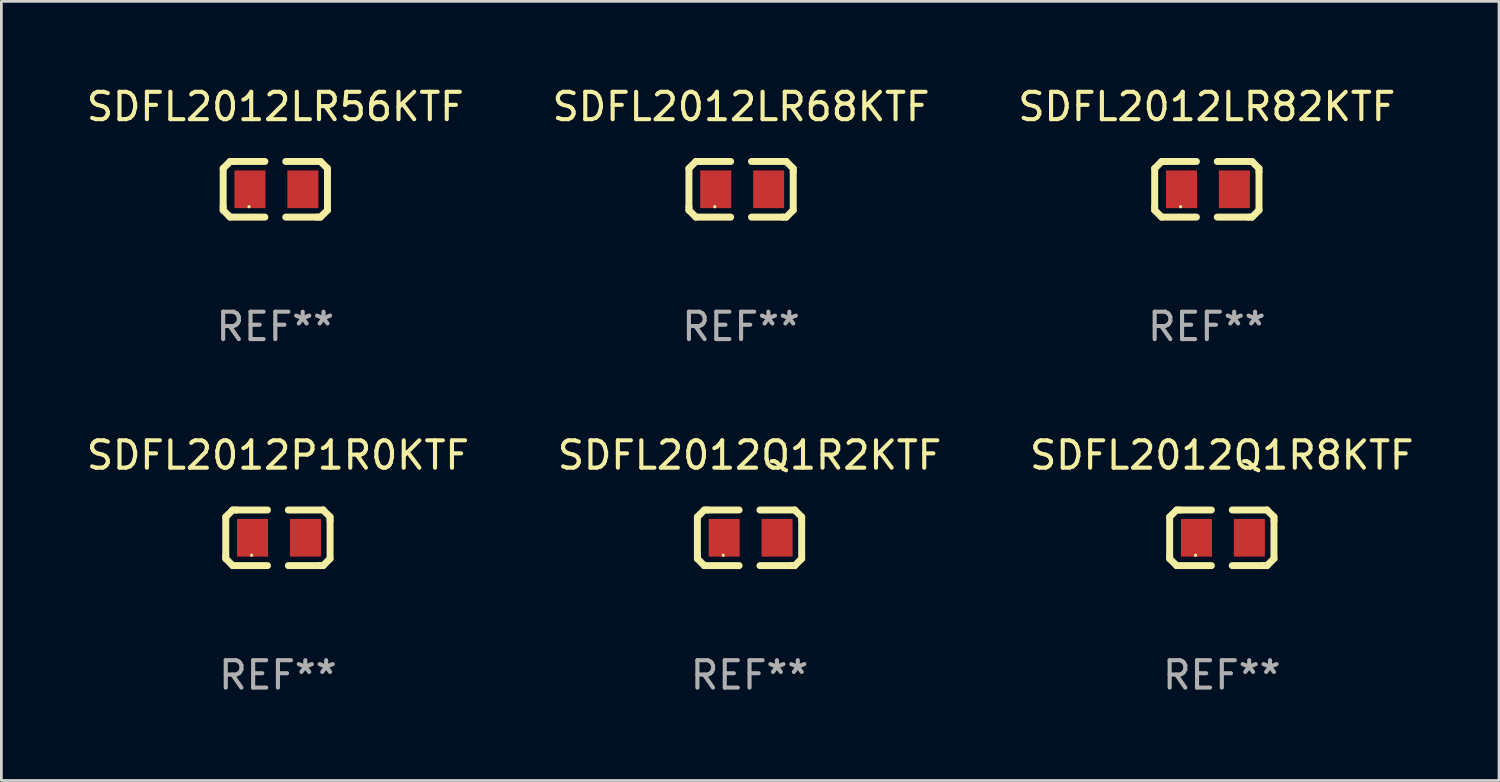
<source format=kicad_pcb>
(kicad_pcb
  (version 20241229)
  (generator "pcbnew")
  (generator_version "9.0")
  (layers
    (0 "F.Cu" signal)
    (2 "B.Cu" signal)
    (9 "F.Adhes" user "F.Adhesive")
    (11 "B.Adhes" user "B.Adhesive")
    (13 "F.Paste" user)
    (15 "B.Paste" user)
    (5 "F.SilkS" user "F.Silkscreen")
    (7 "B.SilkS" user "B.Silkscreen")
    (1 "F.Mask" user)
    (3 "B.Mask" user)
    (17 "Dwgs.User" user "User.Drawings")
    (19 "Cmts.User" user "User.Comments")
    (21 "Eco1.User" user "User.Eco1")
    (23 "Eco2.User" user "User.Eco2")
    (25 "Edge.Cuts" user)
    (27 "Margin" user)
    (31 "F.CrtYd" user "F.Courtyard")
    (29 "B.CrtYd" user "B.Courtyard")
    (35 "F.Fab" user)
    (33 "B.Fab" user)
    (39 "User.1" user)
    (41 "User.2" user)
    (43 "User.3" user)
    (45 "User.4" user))
  (footprint "SDFL2012LR82KTF"
    (layer "F.Cu")
    (at 41.03 3.864)
    (property "Reference" "SDFL2012LR82KTF" (at 0 -3.016 0) (layer "F.SilkS") (effects (font (size 1 1) (thickness 0.15))))
    (attr through_hole)
    (fp_line (start -1.905 -0.762) (end -1.905 0.635) (stroke (width 0.254) (type solid)) (layer "F.SilkS"))
    (fp_line (start -1.905 0.635) (end -1.905 0.762) (stroke (width 0.254) (type solid)) (layer "F.SilkS"))
    (fp_line (start -1.905 0.762) (end -1.651 1.016) (stroke (width 0.254) (type solid)) (layer "F.SilkS"))
    (fp_line (start -1.651 -1.016) (end -1.905 -0.762) (stroke (width 0.254) (type solid)) (layer "F.SilkS"))
    (fp_line (start -1.651 1.016) (end -0.381 1.016) (stroke (width 0.254) (type solid)) (layer "F.SilkS"))
    (fp_line (start -1.524 -1.016) (end -1.651 -1.016) (stroke (width 0.254) (type solid)) (layer "F.SilkS"))
    (fp_line (start -0.381 -1.016) (end -1.524 -1.016) (stroke (width 0.254) (type solid)) (layer "F.SilkS"))
    (fp_line (start 0.381 1.016) (end 1.524 1.016) (stroke (width 0.254) (type solid)) (layer "F.SilkS"))
    (fp_line (start 1.524 1.016) (end 1.651 1.016) (stroke (width 0.254) (type solid)) (layer "F.SilkS"))
    (fp_line (start 1.651 -1.016) (end 0.381 -1.016) (stroke (width 0.254) (type solid)) (layer "F.SilkS"))
    (fp_line (start 1.651 1.016) (end 1.905 0.762) (stroke (width 0.254) (type solid)) (layer "F.SilkS"))
    (fp_line (start 1.905 -0.762) (end 1.651 -1.016) (stroke (width 0.254) (type solid)) (layer "F.SilkS"))
    (fp_line (start 1.905 -0.635) (end 1.905 -0.762) (stroke (width 0.254) (type solid)) (layer "F.SilkS"))
    (fp_line (start 1.905 0.762) (end 1.905 -0.635) (stroke (width 0.254) (type solid)) (layer "F.SilkS"))
    (fp_circle (center -0.96 0.637) (end -0.93 0.637) (stroke (width 0.06) (type solid)) (fill no) (layer "F.SilkS"))
    (fp_text user "REF**" (at 0 5.016 0) (layer "F.Fab") (effects (font (size 1 1) (thickness 0.15))))
    (pad "1" smd rect (at -0.926 -0.000051) (size 1.133 1.377) (layers "F.Cu" "F.Mask" "F.Paste"))
    (pad "2" smd rect (at 1.006 -0.000051) (size 1.133 1.377) (layers "F.Cu" "F.Mask" "F.Paste")))
  (footprint "SDFL2012P1R0KTF"
    (layer "F.Cu")
    (at 7.101 16.593)
    (property "Reference" "SDFL2012P1R0KTF" (at 0 -3.016 0) (layer "F.SilkS") (effects (font (size 1 1) (thickness 0.15))))
    (attr through_hole)
    (fp_line (start -1.905 -0.762) (end -1.905 0.635) (stroke (width 0.254) (type solid)) (layer "F.SilkS"))
    (fp_line (start -1.905 0.635) (end -1.905 0.762) (stroke (width 0.254) (type solid)) (layer "F.SilkS"))
    (fp_line (start -1.905 0.762) (end -1.651 1.016) (stroke (width 0.254) (type solid)) (layer "F.SilkS"))
    (fp_line (start -1.651 -1.016) (end -1.905 -0.762) (stroke (width 0.254) (type solid)) (layer "F.SilkS"))
    (fp_line (start -1.651 1.016) (end -0.381 1.016) (stroke (width 0.254) (type solid)) (layer "F.SilkS"))
    (fp_line (start -1.524 -1.016) (end -1.651 -1.016) (stroke (width 0.254) (type solid)) (layer "F.SilkS"))
    (fp_line (start -0.381 -1.016) (end -1.524 -1.016) (stroke (width 0.254) (type solid)) (layer "F.SilkS"))
    (fp_line (start 0.381 1.016) (end 1.524 1.016) (stroke (width 0.254) (type solid)) (layer "F.SilkS"))
    (fp_line (start 1.524 1.016) (end 1.651 1.016) (stroke (width 0.254) (type solid)) (layer "F.SilkS"))
    (fp_line (start 1.651 -1.016) (end 0.381 -1.016) (stroke (width 0.254) (type solid)) (layer "F.SilkS"))
    (fp_line (start 1.651 1.016) (end 1.905 0.762) (stroke (width 0.254) (type solid)) (layer "F.SilkS"))
    (fp_line (start 1.905 -0.762) (end 1.651 -1.016) (stroke (width 0.254) (type solid)) (layer "F.SilkS"))
    (fp_line (start 1.905 -0.635) (end 1.905 -0.762) (stroke (width 0.254) (type solid)) (layer "F.SilkS"))
    (fp_line (start 1.905 0.762) (end 1.905 -0.635) (stroke (width 0.254) (type solid)) (layer "F.SilkS"))
    (fp_circle (center -0.96 0.637) (end -0.93 0.637) (stroke (width 0.06) (type solid)) (fill no) (layer "F.SilkS"))
    (fp_text user "REF**" (at 0 5.016 0) (layer "F.Fab") (effects (font (size 1 1) (thickness 0.15))))
    (pad "1" smd rect (at -0.926 -0.000051) (size 1.133 1.377) (layers "F.Cu" "F.Mask" "F.Paste"))
    (pad "2" smd rect (at 1.006 -0.000051) (size 1.133 1.377) (layers "F.Cu" "F.Mask" "F.Paste")))
  (footprint "SDFL2012LR68KTF"
    (layer "F.Cu")
    (at 24.018 3.864)
    (property "Reference" "SDFL2012LR68KTF" (at 0 -3.016 0) (layer "F.SilkS") (effects (font (size 1 1) (thickness 0.15))))
    (attr through_hole)
    (fp_line (start -1.905 -0.762) (end -1.905 0.635) (stroke (width 0.254) (type solid)) (layer "F.SilkS"))
    (fp_line (start -1.905 0.635) (end -1.905 0.762) (stroke (width 0.254) (type solid)) (layer "F.SilkS"))
    (fp_line (start -1.905 0.762) (end -1.651 1.016) (stroke (width 0.254) (type solid)) (layer "F.SilkS"))
    (fp_line (start -1.651 -1.016) (end -1.905 -0.762) (stroke (width 0.254) (type solid)) (layer "F.SilkS"))
    (fp_line (start -1.651 1.016) (end -0.381 1.016) (stroke (width 0.254) (type solid)) (layer "F.SilkS"))
    (fp_line (start -1.524 -1.016) (end -1.651 -1.016) (stroke (width 0.254) (type solid)) (layer "F.SilkS"))
    (fp_line (start -0.381 -1.016) (end -1.524 -1.016) (stroke (width 0.254) (type solid)) (layer "F.SilkS"))
    (fp_line (start 0.381 1.016) (end 1.524 1.016) (stroke (width 0.254) (type solid)) (layer "F.SilkS"))
    (fp_line (start 1.524 1.016) (end 1.651 1.016) (stroke (width 0.254) (type solid)) (layer "F.SilkS"))
    (fp_line (start 1.651 -1.016) (end 0.381 -1.016) (stroke (width 0.254) (type solid)) (layer "F.SilkS"))
    (fp_line (start 1.651 1.016) (end 1.905 0.762) (stroke (width 0.254) (type solid)) (layer "F.SilkS"))
    (fp_line (start 1.905 -0.762) (end 1.651 -1.016) (stroke (width 0.254) (type solid)) (layer "F.SilkS"))
    (fp_line (start 1.905 -0.635) (end 1.905 -0.762) (stroke (width 0.254) (type solid)) (layer "F.SilkS"))
    (fp_line (start 1.905 0.762) (end 1.905 -0.635) (stroke (width 0.254) (type solid)) (layer "F.SilkS"))
    (fp_circle (center -0.96 0.637) (end -0.93 0.637) (stroke (width 0.06) (type solid)) (fill no) (layer "F.SilkS"))
    (fp_text user "REF**" (at 0 5.016 0) (layer "F.Fab") (effects (font (size 1 1) (thickness 0.15))))
    (pad "1" smd rect (at -0.926 -0.000051) (size 1.133 1.377) (layers "F.Cu" "F.Mask" "F.Paste"))
    (pad "2" smd rect (at 1.006 -0.000051) (size 1.133 1.377) (layers "F.Cu" "F.Mask" "F.Paste")))
  (footprint "SDFL2012Q1R8KTF"
    (layer "F.Cu")
    (at 41.577 16.593)
    (property "Reference" "SDFL2012Q1R8KTF" (at 0 -3.016 0) (layer "F.SilkS") (effects (font (size 1 1) (thickness 0.15))))
    (attr through_hole)
    (fp_line (start -1.905 -0.762) (end -1.905 0.635) (stroke (width 0.254) (type solid)) (layer "F.SilkS"))
    (fp_line (start -1.905 0.635) (end -1.905 0.762) (stroke (width 0.254) (type solid)) (layer "F.SilkS"))
    (fp_line (start -1.905 0.762) (end -1.651 1.016) (stroke (width 0.254) (type solid)) (layer "F.SilkS"))
    (fp_line (start -1.651 -1.016) (end -1.905 -0.762) (stroke (width 0.254) (type solid)) (layer "F.SilkS"))
    (fp_line (start -1.651 1.016) (end -0.381 1.016) (stroke (width 0.254) (type solid)) (layer "F.SilkS"))
    (fp_line (start -1.524 -1.016) (end -1.651 -1.016) (stroke (width 0.254) (type solid)) (layer "F.SilkS"))
    (fp_line (start -0.381 -1.016) (end -1.524 -1.016) (stroke (width 0.254) (type solid)) (layer "F.SilkS"))
    (fp_line (start 0.381 1.016) (end 1.524 1.016) (stroke (width 0.254) (type solid)) (layer "F.SilkS"))
    (fp_line (start 1.524 1.016) (end 1.651 1.016) (stroke (width 0.254) (type solid)) (layer "F.SilkS"))
    (fp_line (start 1.651 -1.016) (end 0.381 -1.016) (stroke (width 0.254) (type solid)) (layer "F.SilkS"))
    (fp_line (start 1.651 1.016) (end 1.905 0.762) (stroke (width 0.254) (type solid)) (layer "F.SilkS"))
    (fp_line (start 1.905 -0.762) (end 1.651 -1.016) (stroke (width 0.254) (type solid)) (layer "F.SilkS"))
    (fp_line (start 1.905 -0.635) (end 1.905 -0.762) (stroke (width 0.254) (type solid)) (layer "F.SilkS"))
    (fp_line (start 1.905 0.762) (end 1.905 -0.635) (stroke (width 0.254) (type solid)) (layer "F.SilkS"))
    (fp_circle (center -0.96 0.637) (end -0.93 0.637) (stroke (width 0.06) (type solid)) (fill no) (layer "F.SilkS"))
    (fp_text user "REF**" (at 0 5.016 0) (layer "F.Fab") (effects (font (size 1 1) (thickness 0.15))))
    (pad "1" smd rect (at -0.926 -0.000051) (size 1.133 1.377) (layers "F.Cu" "F.Mask" "F.Paste"))
    (pad "2" smd rect (at 1.006 -0.000051) (size 1.133 1.377) (layers "F.Cu" "F.Mask" "F.Paste")))
  (footprint "SDFL2012Q1R2KTF"
    (layer "F.Cu")
    (at 24.327 16.593)
    (property "Reference" "SDFL2012Q1R2KTF" (at 0 -3.016 0) (layer "F.SilkS") (effects (font (size 1 1) (thickness 0.15))))
    (attr through_hole)
    (fp_line (start -1.905 -0.762) (end -1.905 0.635) (stroke (width 0.254) (type solid)) (layer "F.SilkS"))
    (fp_line (start -1.905 0.635) (end -1.905 0.762) (stroke (width 0.254) (type solid)) (layer "F.SilkS"))
    (fp_line (start -1.905 0.762) (end -1.651 1.016) (stroke (width 0.254) (type solid)) (layer "F.SilkS"))
    (fp_line (start -1.651 -1.016) (end -1.905 -0.762) (stroke (width 0.254) (type solid)) (layer "F.SilkS"))
    (fp_line (start -1.651 1.016) (end -0.381 1.016) (stroke (width 0.254) (type solid)) (layer "F.SilkS"))
    (fp_line (start -1.524 -1.016) (end -1.651 -1.016) (stroke (width 0.254) (type solid)) (layer "F.SilkS"))
    (fp_line (start -0.381 -1.016) (end -1.524 -1.016) (stroke (width 0.254) (type solid)) (layer "F.SilkS"))
    (fp_line (start 0.381 1.016) (end 1.524 1.016) (stroke (width 0.254) (type solid)) (layer "F.SilkS"))
    (fp_line (start 1.524 1.016) (end 1.651 1.016) (stroke (width 0.254) (type solid)) (layer "F.SilkS"))
    (fp_line (start 1.651 -1.016) (end 0.381 -1.016) (stroke (width 0.254) (type solid)) (layer "F.SilkS"))
    (fp_line (start 1.651 1.016) (end 1.905 0.762) (stroke (width 0.254) (type solid)) (layer "F.SilkS"))
    (fp_line (start 1.905 -0.762) (end 1.651 -1.016) (stroke (width 0.254) (type solid)) (layer "F.SilkS"))
    (fp_line (start 1.905 -0.635) (end 1.905 -0.762) (stroke (width 0.254) (type solid)) (layer "F.SilkS"))
    (fp_line (start 1.905 0.762) (end 1.905 -0.635) (stroke (width 0.254) (type solid)) (layer "F.SilkS"))
    (fp_circle (center -0.96 0.637) (end -0.93 0.637) (stroke (width 0.06) (type solid)) (fill no) (layer "F.SilkS"))
    (fp_text user "REF**" (at 0 5.016 0) (layer "F.Fab") (effects (font (size 1 1) (thickness 0.15))))
    (pad "1" smd rect (at -0.926 -0.000051) (size 1.133 1.377) (layers "F.Cu" "F.Mask" "F.Paste"))
    (pad "2" smd rect (at 1.006 -0.000051) (size 1.133 1.377) (layers "F.Cu" "F.Mask" "F.Paste")))
  (footprint "SDFL2012LR56KTF"
    (layer "F.Cu")
    (at 7.006 3.864)
    (property "Reference" "SDFL2012LR56KTF" (at 0 -3.016 0) (layer "F.SilkS") (effects (font (size 1 1) (thickness 0.15))))
    (attr through_hole)
    (fp_line (start -1.905 -0.762) (end -1.905 0.635) (stroke (width 0.254) (type solid)) (layer "F.SilkS"))
    (fp_line (start -1.905 0.635) (end -1.905 0.762) (stroke (width 0.254) (type solid)) (layer "F.SilkS"))
    (fp_line (start -1.905 0.762) (end -1.651 1.016) (stroke (width 0.254) (type solid)) (layer "F.SilkS"))
    (fp_line (start -1.651 -1.016) (end -1.905 -0.762) (stroke (width 0.254) (type solid)) (layer "F.SilkS"))
    (fp_line (start -1.651 1.016) (end -0.381 1.016) (stroke (width 0.254) (type solid)) (layer "F.SilkS"))
    (fp_line (start -1.524 -1.016) (end -1.651 -1.016) (stroke (width 0.254) (type solid)) (layer "F.SilkS"))
    (fp_line (start -0.381 -1.016) (end -1.524 -1.016) (stroke (width 0.254) (type solid)) (layer "F.SilkS"))
    (fp_line (start 0.381 1.016) (end 1.524 1.016) (stroke (width 0.254) (type solid)) (layer "F.SilkS"))
    (fp_line (start 1.524 1.016) (end 1.651 1.016) (stroke (width 0.254) (type solid)) (layer "F.SilkS"))
    (fp_line (start 1.651 -1.016) (end 0.381 -1.016) (stroke (width 0.254) (type solid)) (layer "F.SilkS"))
    (fp_line (start 1.651 1.016) (end 1.905 0.762) (stroke (width 0.254) (type solid)) (layer "F.SilkS"))
    (fp_line (start 1.905 -0.762) (end 1.651 -1.016) (stroke (width 0.254) (type solid)) (layer "F.SilkS"))
    (fp_line (start 1.905 -0.635) (end 1.905 -0.762) (stroke (width 0.254) (type solid)) (layer "F.SilkS"))
    (fp_line (start 1.905 0.762) (end 1.905 -0.635) (stroke (width 0.254) (type solid)) (layer "F.SilkS"))
    (fp_circle (center -0.96 0.637) (end -0.93 0.637) (stroke (width 0.06) (type solid)) (fill no) (layer "F.SilkS"))
    (fp_text user "REF**" (at 0 5.016 0) (layer "F.Fab") (effects (font (size 1 1) (thickness 0.15))))
    (pad "1" smd rect (at -0.926 -0.000051) (size 1.133 1.377) (layers "F.Cu" "F.Mask" "F.Paste"))
    (pad "2" smd rect (at 1.006 -0.000051) (size 1.133 1.377) (layers "F.Cu" "F.Mask" "F.Paste")))
  (gr_rect
    (start -3 -3)
    (end 51.702 25.457)
    (stroke (width 0.1) (type default))
    (fill no)
    (layer "Edge.Cuts")))
</source>
